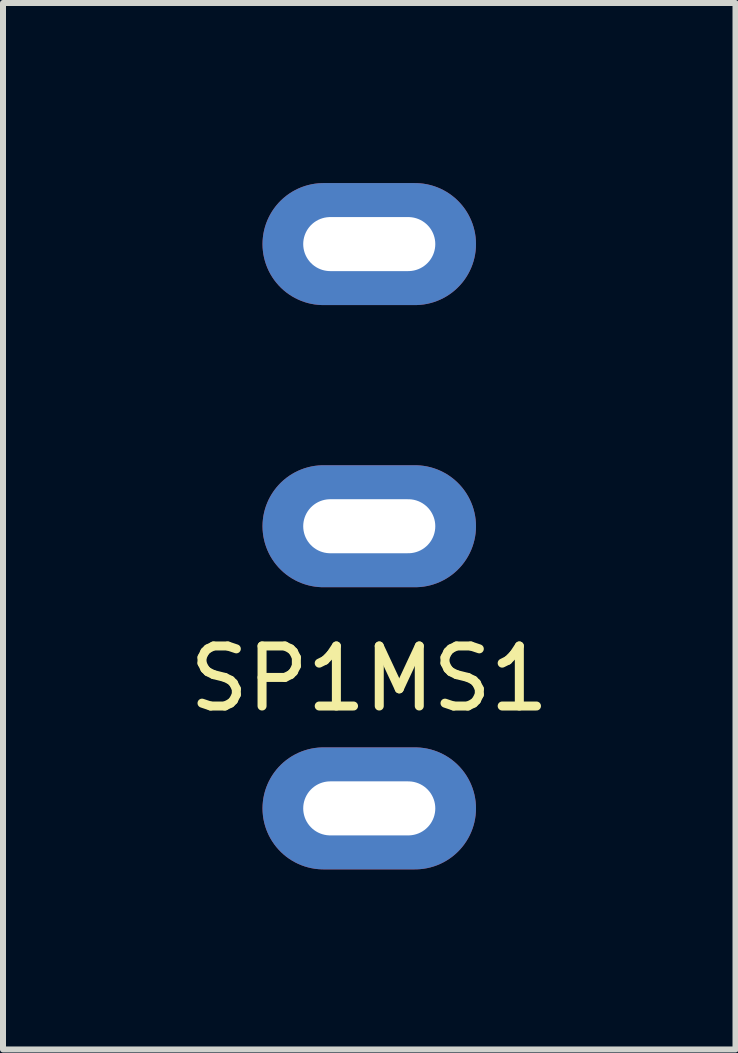
<source format=kicad_pcb>
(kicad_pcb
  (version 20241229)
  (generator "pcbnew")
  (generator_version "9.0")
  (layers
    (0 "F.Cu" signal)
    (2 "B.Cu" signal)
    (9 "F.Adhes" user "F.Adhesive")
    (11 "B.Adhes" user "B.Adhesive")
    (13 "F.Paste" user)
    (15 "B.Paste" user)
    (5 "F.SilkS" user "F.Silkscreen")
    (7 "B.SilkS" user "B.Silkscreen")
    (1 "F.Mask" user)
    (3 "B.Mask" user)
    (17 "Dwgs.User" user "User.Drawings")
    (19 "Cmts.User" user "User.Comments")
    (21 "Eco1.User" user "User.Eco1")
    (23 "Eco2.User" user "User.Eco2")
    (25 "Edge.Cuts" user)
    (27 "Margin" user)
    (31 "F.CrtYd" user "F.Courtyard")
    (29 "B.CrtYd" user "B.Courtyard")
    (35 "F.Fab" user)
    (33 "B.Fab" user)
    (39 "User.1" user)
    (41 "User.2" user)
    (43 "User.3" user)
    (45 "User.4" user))
  (footprint "SP1MS1"
    (layer "F.Cu")
    (at 3.101 5.716)
    (property "Reference" "SP1MS1" (at 0 2.54 0) (layer "F.SilkS") (effects (font (size 1 1) (thickness 0.15))))
    (attr through_hole)
    (pad "1" thru_hole oval (at 0 4.7) (size 3.556 2.032) (drill oval 2.2 0.9) (layers "*.Cu" "*.Mask"))
    (pad "2" thru_hole oval (at 0 0) (size 3.556 2.032) (drill oval 2.2 0.9) (layers "*.Cu" "*.Mask"))
    (pad "3" thru_hole oval (at 0 -4.7) (size 3.556 2.032) (drill oval 2.2 0.9) (layers "*.Cu" "*.Mask")))
  (gr_rect
    (start -3 -3)
    (end 9.202 14.432)
    (stroke (width 0.1) (type default))
    (fill no)
    (layer "Edge.Cuts")))
</source>
